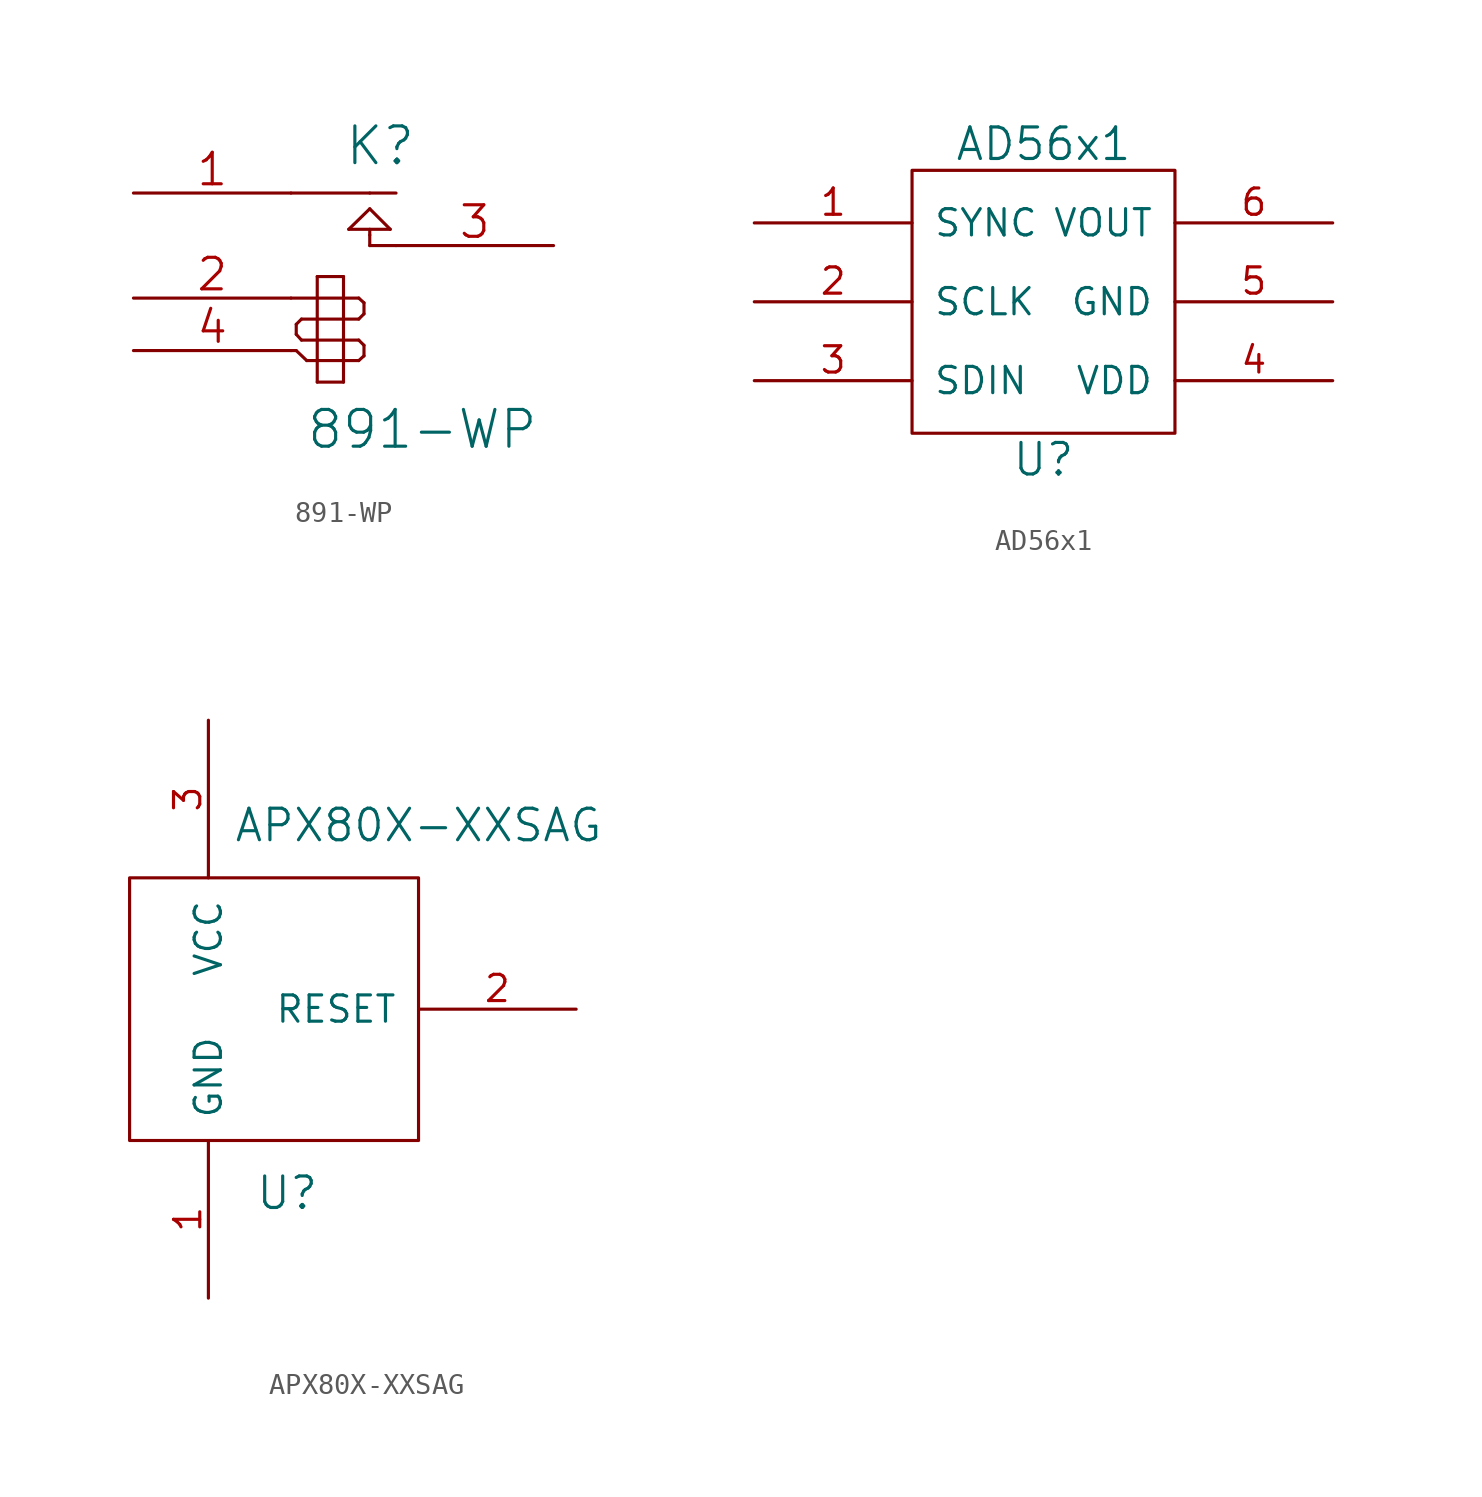
<source format=kicad_sym>
(kicad_symbol_lib
  (version 20220914)
  (generator kicad_symbol_editor)
  (symbol "891-WP"
    (pin_names
      (offset 1.016) hide)
    (property "Reference" "K"
      (at 1.778 1.016 0)
      (effects (font (size 1.778 1.778))))
    (property "Value" "891-WP"
      (at 3.81 -12.7 0)
      (effects (font (size 1.778 1.778))))
    (property "Footprint" ""
      (at 0 0 0)
      (effects (font (size 1.524 1.524))))
    (property "Datasheet" ""
      (at 0 0 0)
      (effects (font (size 1.524 1.524))))
    (symbol "891-WP_0_1"
      (polyline (pts (xy -2.54 -8.89) (xy -2.286 -8.89)) (stroke (width 0) (type solid)) (fill (type none)))
      (polyline (pts (xy -2.54 -6.35) (xy -1.27 -6.35)) (stroke (width 0) (type solid)) (fill (type none)))
      (polyline (pts (xy -2.54 -1.27) (xy 1.27 -1.27)) (stroke (width 0) (type solid)) (fill (type none)))
      (polyline (pts (xy -2.286 -8.89) (xy -1.778 -9.373)) (stroke (width 0) (type solid)) (fill (type none)))
      (polyline (pts (xy -2.286 -8.103) (xy -2.286 -7.62)) (stroke (width 0) (type solid)) (fill (type none)))
      (polyline (pts (xy -2.032 -8.382) (xy -2.286 -8.103)) (stroke (width 0) (type solid)) (fill (type none)))
      (polyline (pts (xy -2.032 -7.366) (xy -2.286 -7.62)) (stroke (width 0) (type solid)) (fill (type none)))
      (polyline (pts (xy -1.778 -9.373) (xy -1.27 -9.373)) (stroke (width 0) (type solid)) (fill (type none)))
      (polyline (pts (xy -1.27 -10.414) (xy -1.27 -5.309)) (stroke (width 0) (type solid)) (fill (type none)))
      (polyline (pts (xy -1.27 -8.382) (xy -2.032 -8.382)) (stroke (width 0) (type solid)) (fill (type none)))
      (polyline (pts (xy -1.27 -8.382) (xy 0 -8.382)) (stroke (width 0) (type solid)) (fill (type none)))
      (polyline (pts (xy -1.27 -7.366) (xy -2.032 -7.366)) (stroke (width 0) (type solid)) (fill (type none)))
      (polyline (pts (xy -1.27 -6.35) (xy 0 -6.35)) (stroke (width 0) (type solid)) (fill (type none)))
      (polyline (pts (xy -1.27 -5.309) (xy 0 -5.309)) (stroke (width 0) (type solid)) (fill (type none)))
      (polyline (pts (xy 0 -10.414) (xy -1.27 -10.414)) (stroke (width 0) (type solid)) (fill (type none)))
      (polyline (pts (xy 0 -9.373) (xy -1.27 -9.373)) (stroke (width 0) (type solid)) (fill (type none)))
      (polyline (pts (xy 0 -9.373) (xy 0.737 -9.373)) (stroke (width 0) (type solid)) (fill (type none)))
      (polyline (pts (xy 0 -8.382) (xy 0.737 -8.382)) (stroke (width 0) (type solid)) (fill (type none)))
      (polyline (pts (xy 0 -7.366) (xy -1.27 -7.366)) (stroke (width 0) (type solid)) (fill (type none)))
      (polyline (pts (xy 0 -7.366) (xy 0.737 -7.366)) (stroke (width 0) (type solid)) (fill (type none)))
      (polyline (pts (xy 0 -6.35) (xy 0.737 -6.35)) (stroke (width 0) (type solid)) (fill (type none)))
      (polyline (pts (xy 0 -5.309) (xy 0 -10.414)) (stroke (width 0) (type solid)) (fill (type none)))
      (polyline (pts (xy 0.254 -3.023) (xy 2.261 -3.023)) (stroke (width 0) (type solid)) (fill (type none)))
      (polyline (pts (xy 0.737 -9.373) (xy 0.991 -9.144)) (stroke (width 0) (type solid)) (fill (type none)))
      (polyline (pts (xy 0.737 -8.382) (xy 0.991 -8.636)) (stroke (width 0) (type solid)) (fill (type none)))
      (polyline (pts (xy 0.737 -7.366) (xy 0.991 -7.112)) (stroke (width 0) (type solid)) (fill (type none)))
      (polyline (pts (xy 0.737 -6.35) (xy 0.991 -6.579)) (stroke (width 0) (type solid)) (fill (type none)))
      (polyline (pts (xy 0.991 -9.144) (xy 0.991 -8.636)) (stroke (width 0) (type solid)) (fill (type none)))
      (polyline (pts (xy 0.991 -6.579) (xy 0.991 -7.112)) (stroke (width 0) (type solid)) (fill (type none)))
      (polyline (pts (xy 1.27 -3.81) (xy 1.27 -3.302)) (stroke (width 0) (type solid)) (fill (type none)))
      (polyline (pts (xy 1.27 -3.302) (xy 1.27 -3.023)) (stroke (width 0) (type solid)) (fill (type none)))
      (polyline (pts (xy 1.27 -2.032) (xy 0.254 -3.023)) (stroke (width 0) (type solid)) (fill (type none)))
      (polyline (pts (xy 1.27 -1.27) (xy 2.54 -1.27)) (stroke (width 0) (type solid)) (fill (type none)))
      (polyline (pts (xy 2.261 -3.023) (xy 1.27 -2.032)) (stroke (width 0) (type solid)) (fill (type none)))
      (polyline (pts (xy 2.54 -3.81) (xy 1.27 -3.81)) (stroke (width 0) (type solid)) (fill (type none))))
    (symbol "891-WP_1_1"
      (pin passive line (at -10.16 -1.27 0) (length 7.62) (name "C1" (effects (font (size 1.524 1.524)))) (number "1" (effects (font (size 1.524 1.524)))))
      (pin input line (at -10.16 -6.35 0) (length 7.62) (name "2" (effects (font (size 1.524 1.524)))) (number "2" (effects (font (size 1.524 1.524)))))
      (pin passive line (at 10.16 -3.81 180) (length 7.62) (name "T1" (effects (font (size 1.524 1.524)))) (number "3" (effects (font (size 1.524 1.524)))))
      (pin input line (at -10.16 -8.89 0) (length 7.62) (name "4" (effects (font (size 1.524 1.524)))) (number "4" (effects (font (size 1.524 1.524)))))))
  (symbol "AD56x1"
    (pin_names
      (offset 1.016))
    (property "Reference" "U"
      (at 0 -7.62 0)
      (effects (font (size 1.524 1.524))))
    (property "Value" "AD56x1"
      (at 0 7.62 0)
      (effects (font (size 1.524 1.524))))
    (property "Footprint" ""
      (at 0 0 0)
      (effects (font (size 1.524 1.524))))
    (property "Datasheet" ""
      (at 0 0 0)
      (effects (font (size 1.524 1.524))))
    (symbol "AD56x1_0_1"
      (rectangle (start -6.35 6.35) (end 6.35 -6.35) (stroke (width 0) (type solid)) (fill (type none))))
    (symbol "AD56x1_1_1"
      (pin input line (at -13.97 3.81 0) (length 7.62) (name "SYNC" (effects (font (size 1.27 1.27)))) (number "1" (effects (font (size 1.27 1.27)))))
      (pin input line (at -13.97 0 0) (length 7.62) (name "SCLK" (effects (font (size 1.27 1.27)))) (number "2" (effects (font (size 1.27 1.27)))))
      (pin input line (at -13.97 -3.81 0) (length 7.62) (name "SDIN" (effects (font (size 1.27 1.27)))) (number "3" (effects (font (size 1.27 1.27)))))
      (pin power_in line (at 13.97 -3.81 180) (length 7.62) (name "VDD" (effects (font (size 1.27 1.27)))) (number "4" (effects (font (size 1.27 1.27)))))
      (pin power_in line (at 13.97 0 180) (length 7.62) (name "GND" (effects (font (size 1.27 1.27)))) (number "5" (effects (font (size 1.27 1.27)))))
      (pin output line (at 13.97 3.81 180) (length 7.62) (name "VOUT" (effects (font (size 1.27 1.27)))) (number "6" (effects (font (size 1.27 1.27)))))))
  (symbol "APX80X-XXSAG"
    (pin_names
      (offset 1.016))
    (property "Reference" "U"
      (at 1.27 -8.89 0)
      (effects (font (size 1.524 1.524))))
    (property "Value" "APX80X-XXSAG"
      (at 7.62 8.89 0)
      (effects (font (size 1.524 1.524))))
    (property "Footprint" ""
      (at 0 0 0)
      (effects (font (size 1.524 1.524))))
    (property "Datasheet" ""
      (at 0 0 0)
      (effects (font (size 1.524 1.524))))
    (symbol "APX80X-XXSAG_0_1"
      (rectangle (start -6.35 6.35) (end 7.62 -6.35) (stroke (width 0) (type solid)) (fill (type none))))
    (symbol "APX80X-XXSAG_1_1"
      (pin power_in line (at -2.54 -13.97 90) (length 7.62) (name "GND" (effects (font (size 1.27 1.27)))) (number "1" (effects (font (size 1.27 1.27)))))
      (pin output line (at 15.24 0 180) (length 7.62) (name "RESET" (effects (font (size 1.27 1.27)))) (number "2" (effects (font (size 1.27 1.27)))))
      (pin power_in line (at -2.54 13.97 270) (length 7.62) (name "VCC" (effects (font (size 1.27 1.27)))) (number "3" (effects (font (size 1.27 1.27))))))))
</source>
